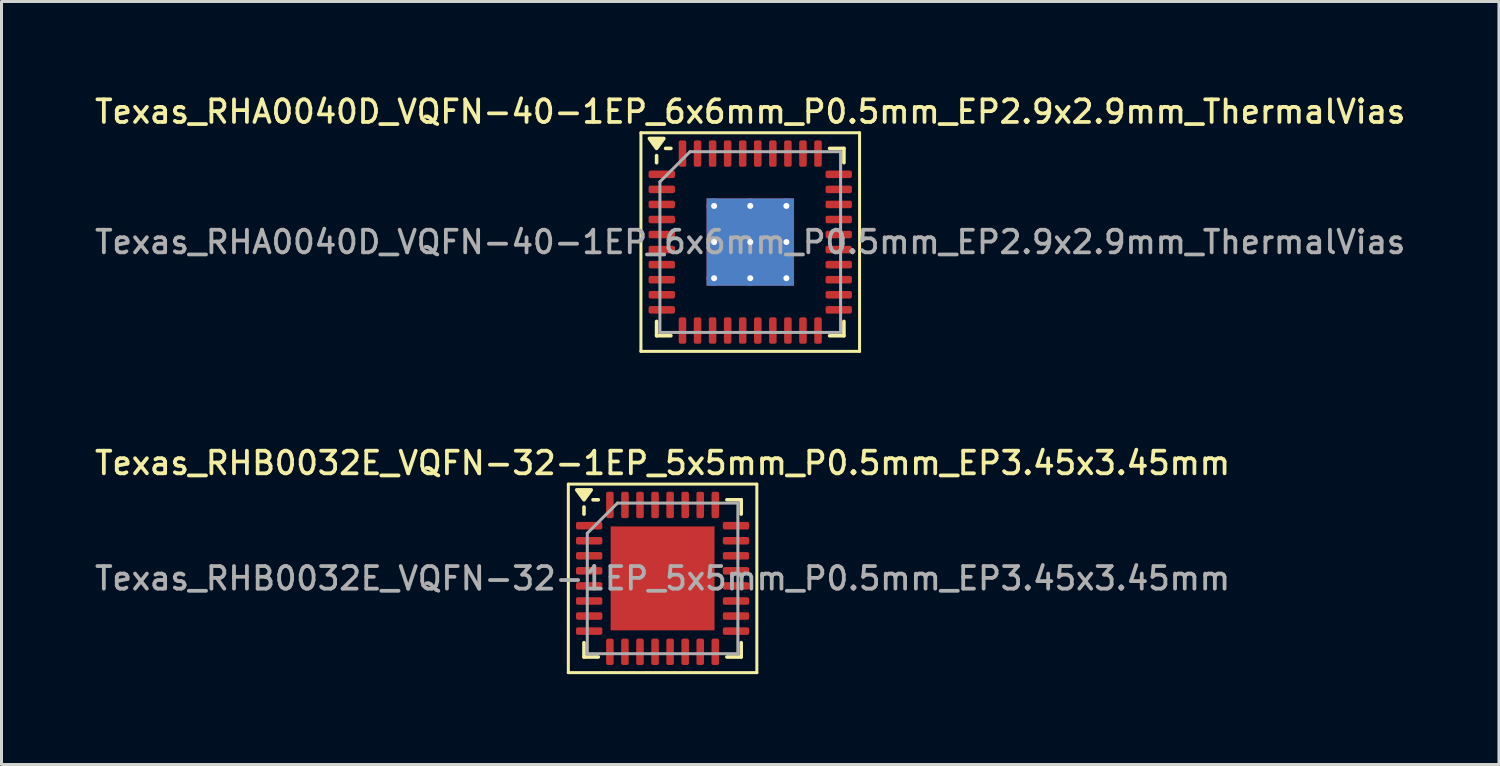
<source format=kicad_pcb>
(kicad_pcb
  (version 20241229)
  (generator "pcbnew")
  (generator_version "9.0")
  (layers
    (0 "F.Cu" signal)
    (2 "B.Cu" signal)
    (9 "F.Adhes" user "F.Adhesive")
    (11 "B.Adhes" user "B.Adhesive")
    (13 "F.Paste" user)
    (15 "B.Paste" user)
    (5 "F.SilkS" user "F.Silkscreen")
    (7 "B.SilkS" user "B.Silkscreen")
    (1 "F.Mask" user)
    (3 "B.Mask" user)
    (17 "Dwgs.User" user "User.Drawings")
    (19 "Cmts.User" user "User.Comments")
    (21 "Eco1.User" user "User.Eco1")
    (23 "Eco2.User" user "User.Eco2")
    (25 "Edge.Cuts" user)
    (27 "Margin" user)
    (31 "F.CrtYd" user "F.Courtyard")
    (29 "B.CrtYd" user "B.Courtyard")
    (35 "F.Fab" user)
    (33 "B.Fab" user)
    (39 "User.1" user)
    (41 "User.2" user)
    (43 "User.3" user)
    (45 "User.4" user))
  (footprint "Texas_RHA0040D_VQFN-40-1EP_6x6mm_P0.5mm_EP2.9x2.9mm_ThermalVias"
    (layer "F.Cu")
    (at 21.863 4.988)
    (property "Reference" "Texas_RHA0040D_VQFN-40-1EP_6x6mm_P0.5mm_EP2.9x2.9mm_ThermalVias" (at 0 -4.33 0) (layer "F.SilkS") (effects (font (size 0.75 0.75) (thickness 0.125))))
    (attr smd)
    (fp_line (start -3.63 -3.63) (end -3.63 3.63) (stroke (width 0.1) (type solid)) (layer "F.SilkS"))
    (fp_line (start -3.63 3.63) (end 3.63 3.63) (stroke (width 0.1) (type solid)) (layer "F.SilkS"))
    (fp_line (start -3.11 -2.635) (end -3.11 -2.87) (stroke (width 0.12) (type solid)) (layer "F.SilkS"))
    (fp_line (start -3.11 3.11) (end -3.11 2.635) (stroke (width 0.12) (type solid)) (layer "F.SilkS"))
    (fp_line (start -2.635 -3.11) (end -2.81 -3.11) (stroke (width 0.12) (type solid)) (layer "F.SilkS"))
    (fp_line (start -2.635 3.11) (end -3.11 3.11) (stroke (width 0.12) (type solid)) (layer "F.SilkS"))
    (fp_line (start 2.635 -3.11) (end 3.11 -3.11) (stroke (width 0.12) (type solid)) (layer "F.SilkS"))
    (fp_line (start 2.635 3.11) (end 3.11 3.11) (stroke (width 0.12) (type solid)) (layer "F.SilkS"))
    (fp_line (start 3.11 -3.11) (end 3.11 -2.635) (stroke (width 0.12) (type solid)) (layer "F.SilkS"))
    (fp_line (start 3.11 3.11) (end 3.11 2.635) (stroke (width 0.12) (type solid)) (layer "F.SilkS"))
    (fp_line (start 3.63 -3.63) (end -3.63 -3.63) (stroke (width 0.1) (type solid)) (layer "F.SilkS"))
    (fp_line (start 3.63 3.63) (end 3.63 -3.63) (stroke (width 0.1) (type solid)) (layer "F.SilkS"))
    (fp_poly (pts (xy -3.11 -3.11) (xy -3.35 -3.44) (xy -2.87 -3.44) (xy -3.11 -3.11)) (stroke (width 0.12) (type solid)) (fill yes) (layer "F.SilkS"))
    (fp_line (start -3 -2) (end -2 -3) (stroke (width 0.1) (type solid)) (layer "F.Fab"))
    (fp_line (start -3 3) (end -3 -2) (stroke (width 0.1) (type solid)) (layer "F.Fab"))
    (fp_line (start -2 -3) (end 3 -3) (stroke (width 0.1) (type solid)) (layer "F.Fab"))
    (fp_line (start 3 -3) (end 3 3) (stroke (width 0.1) (type solid)) (layer "F.Fab"))
    (fp_line (start 3 3) (end -3 3) (stroke (width 0.1) (type solid)) (layer "F.Fab"))
    (fp_text user "${REFERENCE}" (at 0 0 0) (layer "F.Fab") (effects (font (size 0.75 0.75) (thickness 0.125))))
    (pad "" smd roundrect (at -0.725 -0.725) (size 1.21 1.21) (layers "F.Paste") (roundrect_rratio 0.207))
    (pad "" smd roundrect (at -0.725 0.725) (size 1.21 1.21) (layers "F.Paste") (roundrect_rratio 0.207))
    (pad "" smd roundrect (at 0.725 -0.725) (size 1.21 1.21) (layers "F.Paste") (roundrect_rratio 0.207))
    (pad "" smd roundrect (at 0.725 0.725) (size 1.21 1.21) (layers "F.Paste") (roundrect_rratio 0.207))
    (pad "1" smd roundrect (at -2.938 -2.25) (size 0.875 0.25) (layers "F.Cu" "F.Mask" "F.Paste") (roundrect_rratio 0.25))
    (pad "2" smd roundrect (at -2.938 -1.75) (size 0.875 0.25) (layers "F.Cu" "F.Mask" "F.Paste") (roundrect_rratio 0.25))
    (pad "3" smd roundrect (at -2.938 -1.25) (size 0.875 0.25) (layers "F.Cu" "F.Mask" "F.Paste") (roundrect_rratio 0.25))
    (pad "4" smd roundrect (at -2.938 -0.75) (size 0.875 0.25) (layers "F.Cu" "F.Mask" "F.Paste") (roundrect_rratio 0.25))
    (pad "5" smd roundrect (at -2.938 -0.25) (size 0.875 0.25) (layers "F.Cu" "F.Mask" "F.Paste") (roundrect_rratio 0.25))
    (pad "6" smd roundrect (at -2.938 0.25) (size 0.875 0.25) (layers "F.Cu" "F.Mask" "F.Paste") (roundrect_rratio 0.25))
    (pad "7" smd roundrect (at -2.938 0.75) (size 0.875 0.25) (layers "F.Cu" "F.Mask" "F.Paste") (roundrect_rratio 0.25))
    (pad "8" smd roundrect (at -2.938 1.25) (size 0.875 0.25) (layers "F.Cu" "F.Mask" "F.Paste") (roundrect_rratio 0.25))
    (pad "9" smd roundrect (at -2.938 1.75) (size 0.875 0.25) (layers "F.Cu" "F.Mask" "F.Paste") (roundrect_rratio 0.25))
    (pad "10" smd roundrect (at -2.938 2.25) (size 0.875 0.25) (layers "F.Cu" "F.Mask" "F.Paste") (roundrect_rratio 0.25))
    (pad "11" smd roundrect (at -2.25 2.938) (size 0.25 0.875) (layers "F.Cu" "F.Mask" "F.Paste") (roundrect_rratio 0.25))
    (pad "12" smd roundrect (at -1.75 2.938) (size 0.25 0.875) (layers "F.Cu" "F.Mask" "F.Paste") (roundrect_rratio 0.25))
    (pad "13" smd roundrect (at -1.25 2.938) (size 0.25 0.875) (layers "F.Cu" "F.Mask" "F.Paste") (roundrect_rratio 0.25))
    (pad "14" smd roundrect (at -0.75 2.938) (size 0.25 0.875) (layers "F.Cu" "F.Mask" "F.Paste") (roundrect_rratio 0.25))
    (pad "15" smd roundrect (at -0.25 2.938) (size 0.25 0.875) (layers "F.Cu" "F.Mask" "F.Paste") (roundrect_rratio 0.25))
    (pad "16" smd roundrect (at 0.25 2.938) (size 0.25 0.875) (layers "F.Cu" "F.Mask" "F.Paste") (roundrect_rratio 0.25))
    (pad "17" smd roundrect (at 0.75 2.938) (size 0.25 0.875) (layers "F.Cu" "F.Mask" "F.Paste") (roundrect_rratio 0.25))
    (pad "18" smd roundrect (at 1.25 2.938) (size 0.25 0.875) (layers "F.Cu" "F.Mask" "F.Paste") (roundrect_rratio 0.25))
    (pad "19" smd roundrect (at 1.75 2.938) (size 0.25 0.875) (layers "F.Cu" "F.Mask" "F.Paste") (roundrect_rratio 0.25))
    (pad "20" smd roundrect (at 2.25 2.938) (size 0.25 0.875) (layers "F.Cu" "F.Mask" "F.Paste") (roundrect_rratio 0.25))
    (pad "21" smd roundrect (at 2.938 2.25) (size 0.875 0.25) (layers "F.Cu" "F.Mask" "F.Paste") (roundrect_rratio 0.25))
    (pad "22" smd roundrect (at 2.938 1.75) (size 0.875 0.25) (layers "F.Cu" "F.Mask" "F.Paste") (roundrect_rratio 0.25))
    (pad "23" smd roundrect (at 2.938 1.25) (size 0.875 0.25) (layers "F.Cu" "F.Mask" "F.Paste") (roundrect_rratio 0.25))
    (pad "24" smd roundrect (at 2.938 0.75) (size 0.875 0.25) (layers "F.Cu" "F.Mask" "F.Paste") (roundrect_rratio 0.25))
    (pad "25" smd roundrect (at 2.938 0.25) (size 0.875 0.25) (layers "F.Cu" "F.Mask" "F.Paste") (roundrect_rratio 0.25))
    (pad "26" smd roundrect (at 2.938 -0.25) (size 0.875 0.25) (layers "F.Cu" "F.Mask" "F.Paste") (roundrect_rratio 0.25))
    (pad "27" smd roundrect (at 2.938 -0.75) (size 0.875 0.25) (layers "F.Cu" "F.Mask" "F.Paste") (roundrect_rratio 0.25))
    (pad "28" smd roundrect (at 2.938 -1.25) (size 0.875 0.25) (layers "F.Cu" "F.Mask" "F.Paste") (roundrect_rratio 0.25))
    (pad "29" smd roundrect (at 2.938 -1.75) (size 0.875 0.25) (layers "F.Cu" "F.Mask" "F.Paste") (roundrect_rratio 0.25))
    (pad "30" smd roundrect (at 2.938 -2.25) (size 0.875 0.25) (layers "F.Cu" "F.Mask" "F.Paste") (roundrect_rratio 0.25))
    (pad "31" smd roundrect (at 2.25 -2.938) (size 0.25 0.875) (layers "F.Cu" "F.Mask" "F.Paste") (roundrect_rratio 0.25))
    (pad "32" smd roundrect (at 1.75 -2.938) (size 0.25 0.875) (layers "F.Cu" "F.Mask" "F.Paste") (roundrect_rratio 0.25))
    (pad "33" smd roundrect (at 1.25 -2.938) (size 0.25 0.875) (layers "F.Cu" "F.Mask" "F.Paste") (roundrect_rratio 0.25))
    (pad "34" smd roundrect (at 0.75 -2.938) (size 0.25 0.875) (layers "F.Cu" "F.Mask" "F.Paste") (roundrect_rratio 0.25))
    (pad "35" smd roundrect (at 0.25 -2.938) (size 0.25 0.875) (layers "F.Cu" "F.Mask" "F.Paste") (roundrect_rratio 0.25))
    (pad "36" smd roundrect (at -0.25 -2.938) (size 0.25 0.875) (layers "F.Cu" "F.Mask" "F.Paste") (roundrect_rratio 0.25))
    (pad "37" smd roundrect (at -0.75 -2.938) (size 0.25 0.875) (layers "F.Cu" "F.Mask" "F.Paste") (roundrect_rratio 0.25))
    (pad "38" smd roundrect (at -1.25 -2.938) (size 0.25 0.875) (layers "F.Cu" "F.Mask" "F.Paste") (roundrect_rratio 0.25))
    (pad "39" smd roundrect (at -1.75 -2.938) (size 0.25 0.875) (layers "F.Cu" "F.Mask" "F.Paste") (roundrect_rratio 0.25))
    (pad "40" smd roundrect (at -2.25 -2.938) (size 0.25 0.875) (layers "F.Cu" "F.Mask" "F.Paste") (roundrect_rratio 0.25))
    (pad "41" thru_hole circle (at -1.2 -1.2) (size 0.5 0.5) (drill 0.2) (property pad_prop_heatsink) (layers "*.Cu"))
    (pad "41" thru_hole circle (at -1.2 0) (size 0.5 0.5) (drill 0.2) (property pad_prop_heatsink) (layers "*.Cu"))
    (pad "41" thru_hole circle (at -1.2 1.2) (size 0.5 0.5) (drill 0.2) (property pad_prop_heatsink) (layers "*.Cu"))
    (pad "41" thru_hole circle (at 0 -1.2) (size 0.5 0.5) (drill 0.2) (property pad_prop_heatsink) (layers "*.Cu"))
    (pad "41" thru_hole circle (at 0 0) (size 0.5 0.5) (drill 0.2) (property pad_prop_heatsink) (layers "*.Cu"))
    (pad "41" smd rect (at 0 0) (size 2.9 2.9) (property pad_prop_heatsink) (layers "F.Cu" "F.Mask"))
    (pad "41" smd rect (at 0 0) (size 2.9 2.9) (property pad_prop_heatsink) (layers "B.Cu"))
    (pad "41" thru_hole circle (at 0 1.2) (size 0.5 0.5) (drill 0.2) (property pad_prop_heatsink) (layers "*.Cu"))
    (pad "41" thru_hole circle (at 1.2 -1.2) (size 0.5 0.5) (drill 0.2) (property pad_prop_heatsink) (layers "*.Cu"))
    (pad "41" thru_hole circle (at 1.2 0) (size 0.5 0.5) (drill 0.2) (property pad_prop_heatsink) (layers "*.Cu"))
    (pad "41" thru_hole circle (at 1.2 1.2) (size 0.5 0.5) (drill 0.2) (property pad_prop_heatsink) (layers "*.Cu")))
  (footprint "Texas_RHB0032E_VQFN-32-1EP_5x5mm_P0.5mm_EP3.45x3.45mm"
    (layer "F.Cu")
    (at 18.952 16.156)
    (property "Reference" "Texas_RHB0032E_VQFN-32-1EP_5x5mm_P0.5mm_EP3.45x3.45mm" (at 0 -3.83 0) (layer "F.SilkS") (effects (font (size 0.75 0.75) (thickness 0.125))))
    (attr smd)
    (fp_line (start -3.13 -3.13) (end -3.13 3.13) (stroke (width 0.1) (type solid)) (layer "F.SilkS"))
    (fp_line (start -3.13 3.13) (end 3.13 3.13) (stroke (width 0.1) (type solid)) (layer "F.SilkS"))
    (fp_line (start -2.61 -2.135) (end -2.61 -2.37) (stroke (width 0.12) (type solid)) (layer "F.SilkS"))
    (fp_line (start -2.61 2.61) (end -2.61 2.135) (stroke (width 0.12) (type solid)) (layer "F.SilkS"))
    (fp_line (start -2.135 -2.61) (end -2.31 -2.61) (stroke (width 0.12) (type solid)) (layer "F.SilkS"))
    (fp_line (start -2.135 2.61) (end -2.61 2.61) (stroke (width 0.12) (type solid)) (layer "F.SilkS"))
    (fp_line (start 2.135 -2.61) (end 2.61 -2.61) (stroke (width 0.12) (type solid)) (layer "F.SilkS"))
    (fp_line (start 2.135 2.61) (end 2.61 2.61) (stroke (width 0.12) (type solid)) (layer "F.SilkS"))
    (fp_line (start 2.61 -2.61) (end 2.61 -2.135) (stroke (width 0.12) (type solid)) (layer "F.SilkS"))
    (fp_line (start 2.61 2.61) (end 2.61 2.135) (stroke (width 0.12) (type solid)) (layer "F.SilkS"))
    (fp_line (start 3.13 -3.13) (end -3.13 -3.13) (stroke (width 0.1) (type solid)) (layer "F.SilkS"))
    (fp_line (start 3.13 3.13) (end 3.13 -3.13) (stroke (width 0.1) (type solid)) (layer "F.SilkS"))
    (fp_poly (pts (xy -2.61 -2.61) (xy -2.85 -2.94) (xy -2.37 -2.94) (xy -2.61 -2.61)) (stroke (width 0.12) (type solid)) (fill yes) (layer "F.SilkS"))
    (fp_line (start -2.5 -1.5) (end -1.5 -2.5) (stroke (width 0.1) (type solid)) (layer "F.Fab"))
    (fp_line (start -2.5 2.5) (end -2.5 -1.5) (stroke (width 0.1) (type solid)) (layer "F.Fab"))
    (fp_line (start -1.5 -2.5) (end 2.5 -2.5) (stroke (width 0.1) (type solid)) (layer "F.Fab"))
    (fp_line (start 2.5 -2.5) (end 2.5 2.5) (stroke (width 0.1) (type solid)) (layer "F.Fab"))
    (fp_line (start 2.5 2.5) (end -2.5 2.5) (stroke (width 0.1) (type solid)) (layer "F.Fab"))
    (fp_text user "${REFERENCE}" (at 0 0 0) (layer "F.Fab") (effects (font (size 0.75 0.75) (thickness 0.125))))
    (pad "" smd roundrect (at -1.15 -1.15) (size 0.93 0.93) (layers "F.Paste") (roundrect_rratio 0.25))
    (pad "" smd roundrect (at -1.15 0) (size 0.93 0.93) (layers "F.Paste") (roundrect_rratio 0.25))
    (pad "" smd roundrect (at -1.15 1.15) (size 0.93 0.93) (layers "F.Paste") (roundrect_rratio 0.25))
    (pad "" smd roundrect (at 0 -1.15) (size 0.93 0.93) (layers "F.Paste") (roundrect_rratio 0.25))
    (pad "" smd roundrect (at 0 0) (size 0.93 0.93) (layers "F.Paste") (roundrect_rratio 0.25))
    (pad "" smd roundrect (at 0 1.15) (size 0.93 0.93) (layers "F.Paste") (roundrect_rratio 0.25))
    (pad "" smd roundrect (at 1.15 -1.15) (size 0.93 0.93) (layers "F.Paste") (roundrect_rratio 0.25))
    (pad "" smd roundrect (at 1.15 0) (size 0.93 0.93) (layers "F.Paste") (roundrect_rratio 0.25))
    (pad "" smd roundrect (at 1.15 1.15) (size 0.93 0.93) (layers "F.Paste") (roundrect_rratio 0.25))
    (pad "1" smd roundrect (at -2.438 -1.75) (size 0.875 0.25) (layers "F.Cu" "F.Mask" "F.Paste") (roundrect_rratio 0.25))
    (pad "2" smd roundrect (at -2.438 -1.25) (size 0.875 0.25) (layers "F.Cu" "F.Mask" "F.Paste") (roundrect_rratio 0.25))
    (pad "3" smd roundrect (at -2.438 -0.75) (size 0.875 0.25) (layers "F.Cu" "F.Mask" "F.Paste") (roundrect_rratio 0.25))
    (pad "4" smd roundrect (at -2.438 -0.25) (size 0.875 0.25) (layers "F.Cu" "F.Mask" "F.Paste") (roundrect_rratio 0.25))
    (pad "5" smd roundrect (at -2.438 0.25) (size 0.875 0.25) (layers "F.Cu" "F.Mask" "F.Paste") (roundrect_rratio 0.25))
    (pad "6" smd roundrect (at -2.438 0.75) (size 0.875 0.25) (layers "F.Cu" "F.Mask" "F.Paste") (roundrect_rratio 0.25))
    (pad "7" smd roundrect (at -2.438 1.25) (size 0.875 0.25) (layers "F.Cu" "F.Mask" "F.Paste") (roundrect_rratio 0.25))
    (pad "8" smd roundrect (at -2.438 1.75) (size 0.875 0.25) (layers "F.Cu" "F.Mask" "F.Paste") (roundrect_rratio 0.25))
    (pad "9" smd roundrect (at -1.75 2.438) (size 0.25 0.875) (layers "F.Cu" "F.Mask" "F.Paste") (roundrect_rratio 0.25))
    (pad "10" smd roundrect (at -1.25 2.438) (size 0.25 0.875) (layers "F.Cu" "F.Mask" "F.Paste") (roundrect_rratio 0.25))
    (pad "11" smd roundrect (at -0.75 2.438) (size 0.25 0.875) (layers "F.Cu" "F.Mask" "F.Paste") (roundrect_rratio 0.25))
    (pad "12" smd roundrect (at -0.25 2.438) (size 0.25 0.875) (layers "F.Cu" "F.Mask" "F.Paste") (roundrect_rratio 0.25))
    (pad "13" smd roundrect (at 0.25 2.438) (size 0.25 0.875) (layers "F.Cu" "F.Mask" "F.Paste") (roundrect_rratio 0.25))
    (pad "14" smd roundrect (at 0.75 2.438) (size 0.25 0.875) (layers "F.Cu" "F.Mask" "F.Paste") (roundrect_rratio 0.25))
    (pad "15" smd roundrect (at 1.25 2.438) (size 0.25 0.875) (layers "F.Cu" "F.Mask" "F.Paste") (roundrect_rratio 0.25))
    (pad "16" smd roundrect (at 1.75 2.438) (size 0.25 0.875) (layers "F.Cu" "F.Mask" "F.Paste") (roundrect_rratio 0.25))
    (pad "17" smd roundrect (at 2.438 1.75) (size 0.875 0.25) (layers "F.Cu" "F.Mask" "F.Paste") (roundrect_rratio 0.25))
    (pad "18" smd roundrect (at 2.438 1.25) (size 0.875 0.25) (layers "F.Cu" "F.Mask" "F.Paste") (roundrect_rratio 0.25))
    (pad "19" smd roundrect (at 2.438 0.75) (size 0.875 0.25) (layers "F.Cu" "F.Mask" "F.Paste") (roundrect_rratio 0.25))
    (pad "20" smd roundrect (at 2.438 0.25) (size 0.875 0.25) (layers "F.Cu" "F.Mask" "F.Paste") (roundrect_rratio 0.25))
    (pad "21" smd roundrect (at 2.438 -0.25) (size 0.875 0.25) (layers "F.Cu" "F.Mask" "F.Paste") (roundrect_rratio 0.25))
    (pad "22" smd roundrect (at 2.438 -0.75) (size 0.875 0.25) (layers "F.Cu" "F.Mask" "F.Paste") (roundrect_rratio 0.25))
    (pad "23" smd roundrect (at 2.438 -1.25) (size 0.875 0.25) (layers "F.Cu" "F.Mask" "F.Paste") (roundrect_rratio 0.25))
    (pad "24" smd roundrect (at 2.438 -1.75) (size 0.875 0.25) (layers "F.Cu" "F.Mask" "F.Paste") (roundrect_rratio 0.25))
    (pad "25" smd roundrect (at 1.75 -2.438) (size 0.25 0.875) (layers "F.Cu" "F.Mask" "F.Paste") (roundrect_rratio 0.25))
    (pad "26" smd roundrect (at 1.25 -2.438) (size 0.25 0.875) (layers "F.Cu" "F.Mask" "F.Paste") (roundrect_rratio 0.25))
    (pad "27" smd roundrect (at 0.75 -2.438) (size 0.25 0.875) (layers "F.Cu" "F.Mask" "F.Paste") (roundrect_rratio 0.25))
    (pad "28" smd roundrect (at 0.25 -2.438) (size 0.25 0.875) (layers "F.Cu" "F.Mask" "F.Paste") (roundrect_rratio 0.25))
    (pad "29" smd roundrect (at -0.25 -2.438) (size 0.25 0.875) (layers "F.Cu" "F.Mask" "F.Paste") (roundrect_rratio 0.25))
    (pad "30" smd roundrect (at -0.75 -2.438) (size 0.25 0.875) (layers "F.Cu" "F.Mask" "F.Paste") (roundrect_rratio 0.25))
    (pad "31" smd roundrect (at -1.25 -2.438) (size 0.25 0.875) (layers "F.Cu" "F.Mask" "F.Paste") (roundrect_rratio 0.25))
    (pad "32" smd roundrect (at -1.75 -2.438) (size 0.25 0.875) (layers "F.Cu" "F.Mask" "F.Paste") (roundrect_rratio 0.25))
    (pad "33" smd rect (at 0 0) (size 3.45 3.45) (property pad_prop_heatsink) (layers "F.Cu" "F.Mask")))
  (gr_rect
    (start -3 -3)
    (end 46.725 22.336)
    (stroke (width 0.1) (type default))
    (fill no)
    (layer "Edge.Cuts")))
</source>
